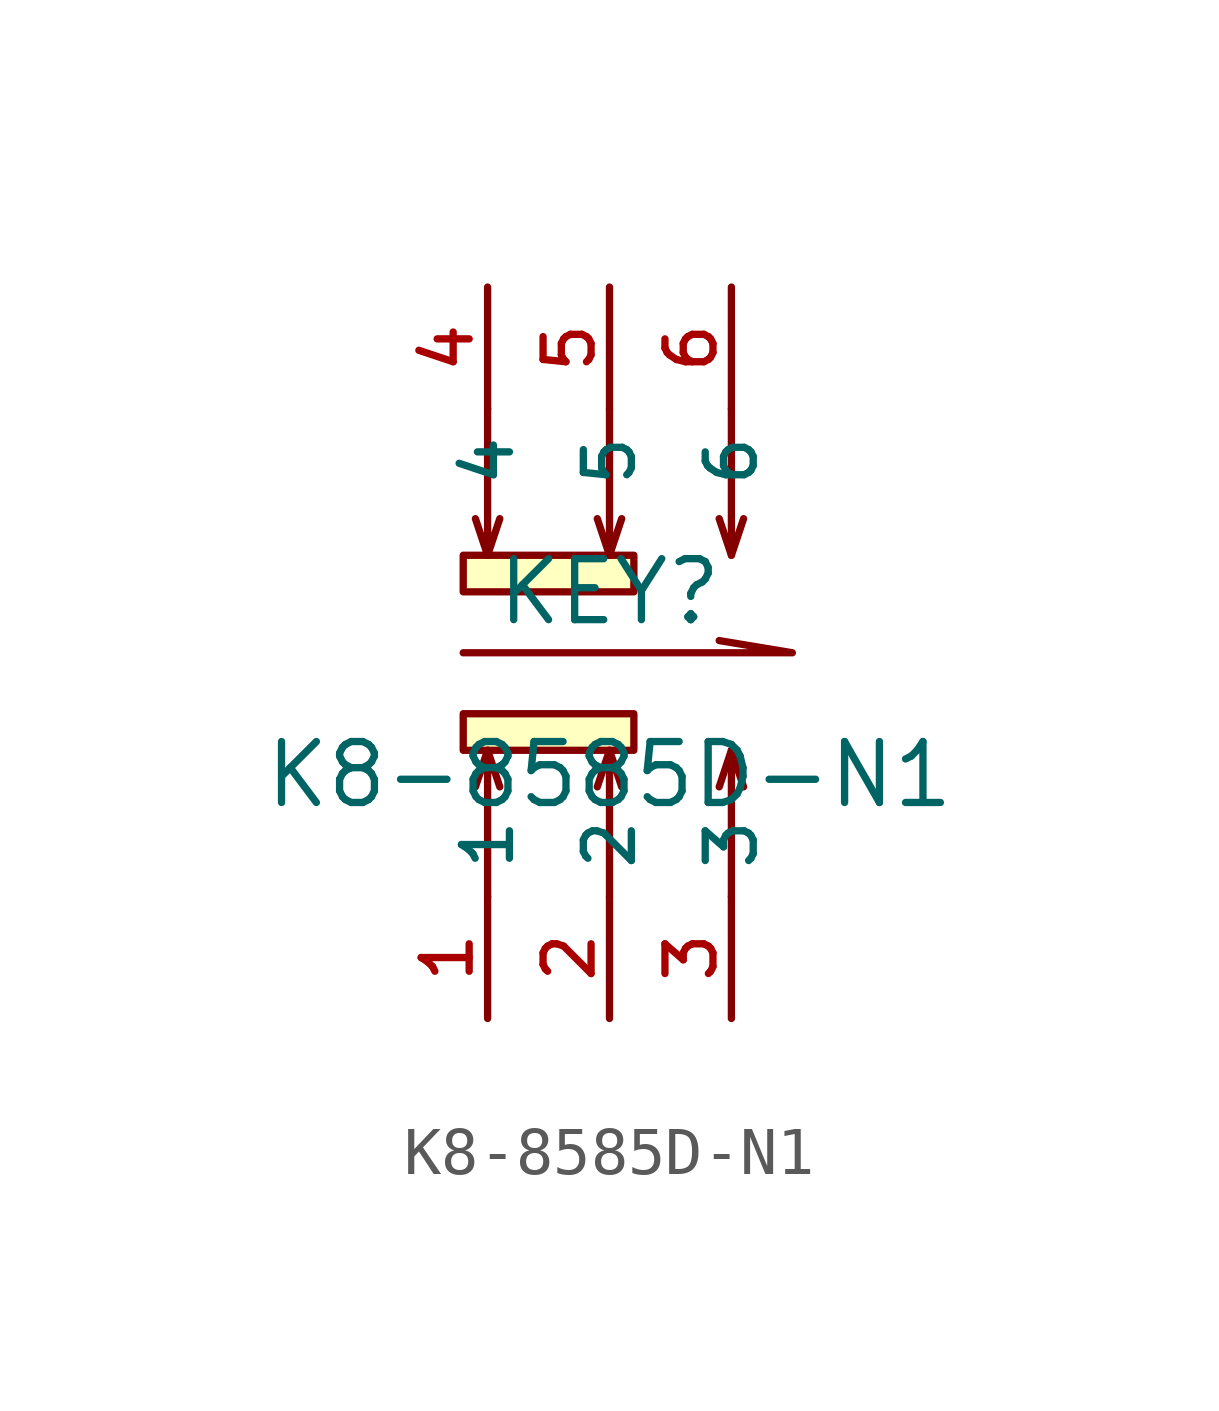
<source format=kicad_sym>
(kicad_symbol_lib
  (version 20210201)
  (generator TousstNicolas/JLC2KiCad_lib)
  (symbol "K8-8585D-N1"
    (property "Reference" "KEY"
      (at 0 1.27 0)
      (effects (font (size 1.27 1.27))))
    (property "Value" "K8-8585D-N1"
      (at 0 -2.54 0)
      (effects (font (size 1.27 1.27))))
    (symbol "K8-8585D-N1_0_1"
      (pin unspecified line (at 2.54 7.62 270) (length 2.54) (name "6" (effects (font (size 1 1)))) (number "6" (effects (font (size 1 1)))))
      (pin unspecified line (at 0.0 7.62 270) (length 2.54) (name "5" (effects (font (size 1 1)))) (number "5" (effects (font (size 1 1)))))
      (pin unspecified line (at -2.54 7.62 270) (length 2.54) (name "4" (effects (font (size 1 1)))) (number "4" (effects (font (size 1 1)))))
      (pin unspecified line (at 2.54 -7.62 90) (length 2.54) (name "3" (effects (font (size 1 1)))) (number "3" (effects (font (size 1 1)))))
      (pin unspecified line (at 0.0 -7.62 90) (length 2.54) (name "2" (effects (font (size 1 1)))) (number "2" (effects (font (size 1 1)))))
      (pin unspecified line (at -2.54 -7.62 90) (length 2.54) (name "1" (effects (font (size 1 1)))) (number "1" (effects (font (size 1 1)))))
      (polyline (pts (xy 2.54 -2.032) (xy 2.286 -2.794)) (stroke (width 0) (type default) (color 0 0 0 0)) (fill (type none)))
      (polyline (pts (xy 2.54 -5.08) (xy 2.54 -2.032) (xy 2.794 -2.794)) (stroke (width 0) (type default) (color 0 0 0 0)) (fill (type none)))
      (polyline (pts (xy 0.0 -2.032) (xy -0.254 -2.794)) (stroke (width 0) (type default) (color 0 0 0 0)) (fill (type none)))
      (polyline (pts (xy 0.0 -5.08) (xy 0.0 -2.032) (xy 0.254 -2.794)) (stroke (width 0) (type default) (color 0 0 0 0)) (fill (type none)))
      (polyline (pts (xy -2.54 -2.032) (xy -2.794 -2.794)) (stroke (width 0) (type default) (color 0 0 0 0)) (fill (type none)))
      (polyline (pts (xy -2.54 -5.08) (xy -2.54 -2.032) (xy -2.286 -2.794)) (stroke (width 0) (type default) (color 0 0 0 0)) (fill (type none)))
      (rectangle (start -3.048 -1.27) (end 0.508 -2.032) (stroke (width 0) (type default) (color 0 0 0 0)) (fill (type background)))
      (polyline (pts (xy 2.54 2.032) (xy 2.286 2.794)) (stroke (width 0) (type default) (color 0 0 0 0)) (fill (type none)))
      (polyline (pts (xy 2.54 5.08) (xy 2.54 2.032) (xy 2.794 2.794)) (stroke (width 0) (type default) (color 0 0 0 0)) (fill (type none)))
      (polyline (pts (xy 0.0 2.032) (xy -0.254 2.794)) (stroke (width 0) (type default) (color 0 0 0 0)) (fill (type none)))
      (polyline (pts (xy 0.0 5.08) (xy 0.0 2.032) (xy 0.254 2.794)) (stroke (width 0) (type default) (color 0 0 0 0)) (fill (type none)))
      (polyline (pts (xy -2.54 2.032) (xy -2.794 2.794)) (stroke (width 0) (type default) (color 0 0 0 0)) (fill (type none)))
      (polyline (pts (xy -2.54 5.08) (xy -2.54 2.032) (xy -2.286 2.794)) (stroke (width 0) (type default) (color 0 0 0 0)) (fill (type none)))
      (rectangle (start -3.048 2.032) (end 0.508 1.27) (stroke (width 0) (type default) (color 0 0 0 0)) (fill (type background)))
      (polyline (pts (xy -3.048 -0.0) (xy 3.81 -0.0) (xy 2.286 0.254)) (stroke (width 0) (type default) (color 0 0 0 0)) (fill (type none))))))
</source>
